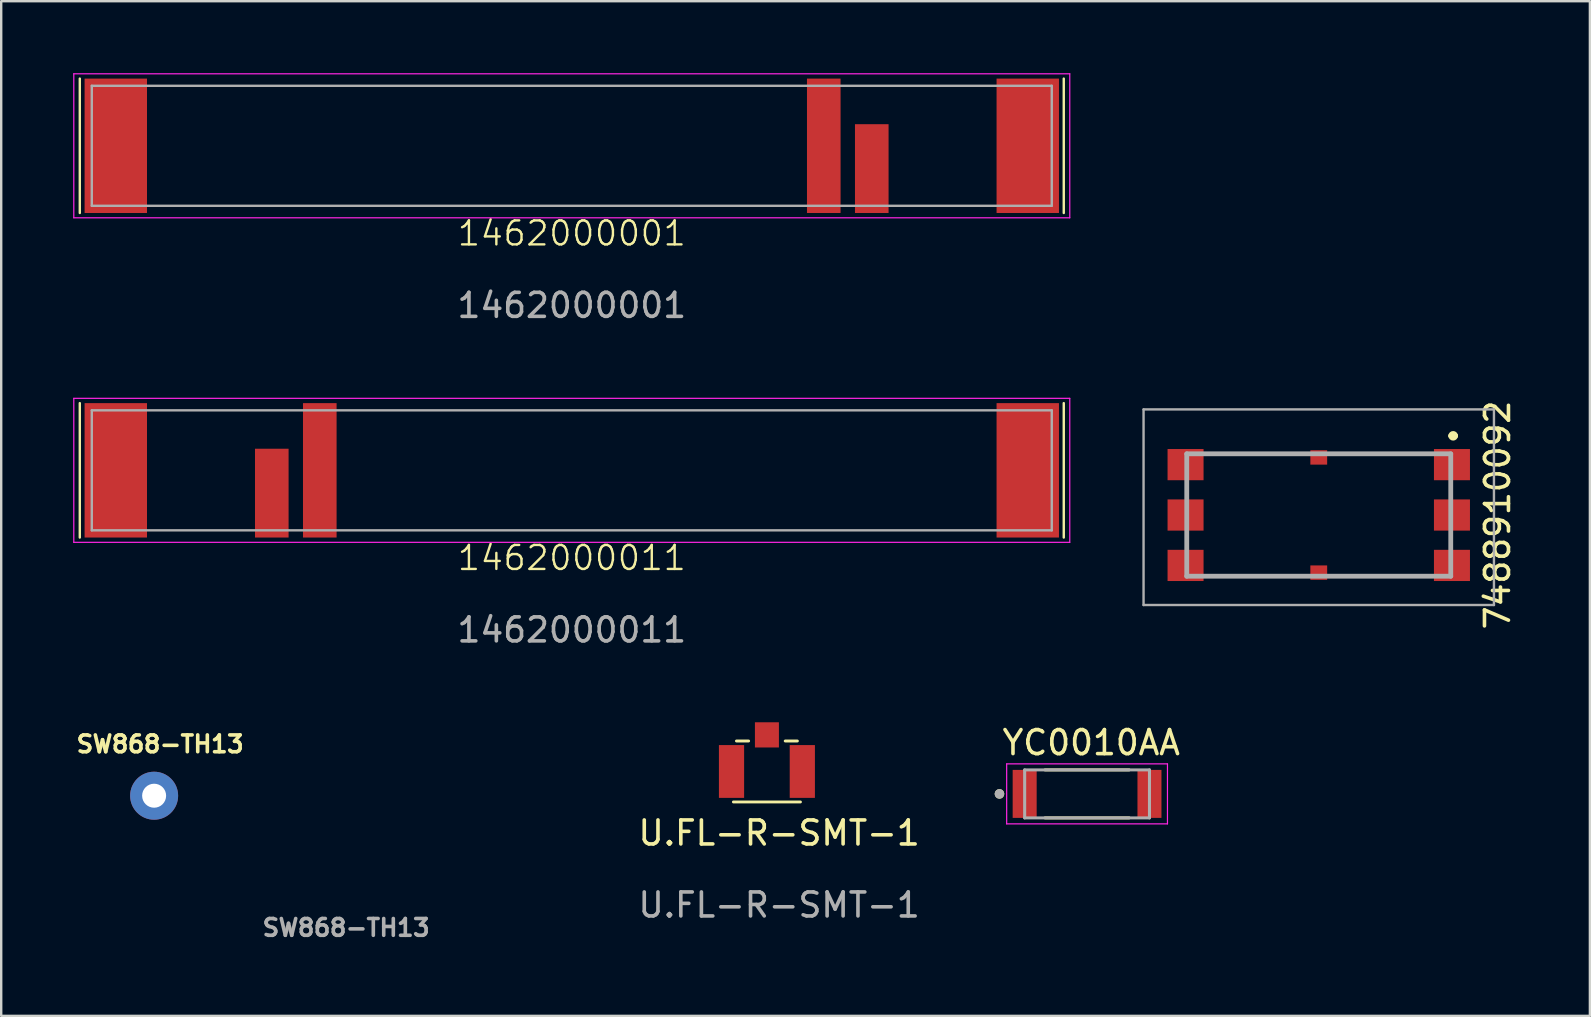
<source format=kicad_pcb>
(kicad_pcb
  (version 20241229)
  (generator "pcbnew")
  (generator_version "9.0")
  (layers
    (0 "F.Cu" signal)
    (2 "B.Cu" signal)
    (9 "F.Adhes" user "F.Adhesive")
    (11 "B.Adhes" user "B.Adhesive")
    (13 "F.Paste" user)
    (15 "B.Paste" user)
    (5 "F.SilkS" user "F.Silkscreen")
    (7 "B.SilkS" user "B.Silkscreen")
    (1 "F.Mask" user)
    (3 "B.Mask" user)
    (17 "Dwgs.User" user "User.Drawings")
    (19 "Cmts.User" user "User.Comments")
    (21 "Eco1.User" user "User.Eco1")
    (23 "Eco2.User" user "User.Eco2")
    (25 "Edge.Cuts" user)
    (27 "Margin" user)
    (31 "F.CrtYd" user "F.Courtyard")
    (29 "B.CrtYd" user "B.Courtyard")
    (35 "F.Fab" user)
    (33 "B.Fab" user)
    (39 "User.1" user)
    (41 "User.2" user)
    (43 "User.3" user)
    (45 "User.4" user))
  (footprint "1462000001"
    (layer "F.Cu")
    (at 20.775 3.025)
    (property "Reference" "1462000001" (at 0 3.65 0) (unlocked yes) (layer "F.SilkS") (effects (font (size 1 1) (thickness 0.1))))
    (attr smd)
    (fp_line (start -20.5 -2.8) (end -20.5 2.8) (stroke (width 0.1) (type default)) (layer "F.SilkS"))
    (fp_line (start 20.5 -2.8) (end 20.5 2.8) (stroke (width 0.1) (type default)) (layer "F.SilkS"))
    (fp_line (start -20.75 -3) (end -20.75 3) (stroke (width 0.05) (type default)) (layer "F.CrtYd"))
    (fp_line (start -20.75 -3) (end 20.75 -3) (stroke (width 0.05) (type default)) (layer "F.CrtYd"))
    (fp_line (start -20.75 3) (end 20.75 3) (stroke (width 0.05) (type default)) (layer "F.CrtYd"))
    (fp_line (start 20.75 -3) (end 20.75 3) (stroke (width 0.05) (type default)) (layer "F.CrtYd"))
    (fp_line (start -20 -2.5) (end -20 2.5) (stroke (width 0.1) (type default)) (layer "F.Fab"))
    (fp_line (start -20 2.5) (end 20 2.5) (stroke (width 0.1) (type default)) (layer "F.Fab"))
    (fp_line (start 20 -2.5) (end -20 -2.5) (stroke (width 0.1) (type default)) (layer "F.Fab"))
    (fp_line (start 20 2.5) (end 20 -2.5) (stroke (width 0.1) (type default)) (layer "F.Fab"))
    (fp_text user "${REFERENCE}" (at 0 6.65 0) (unlocked yes) (layer "F.Fab") (effects (font (size 1 1) (thickness 0.15))))
    (pad "1" smd rect (at 12.5 0.95) (size 1.4 3.7) (layers "F.Cu" "F.Mask" "F.Paste"))
    (pad "2" smd rect (at 10.5 0) (size 1.4 5.6) (layers "F.Cu" "F.Mask" "F.Paste"))
    (pad "MP" smd rect (at -19 0) (size 2.6 5.6) (layers "F.Cu" "F.Mask" "F.Paste"))
    (pad "MP" smd rect (at 19 0) (size 2.6 5.6) (layers "F.Cu" "F.Mask" "F.Paste")))
  (footprint "7488910092"
    (layer "F.Cu")
    (at 51.9 18.41)
    (property "Reference" "7488910092" (at 7.45 0 270) (layer "F.SilkS") (effects (font (size 1 1) (thickness 0.15))))
    (attr smd)
    (fp_line (start -4.5 -2.55) (end -0.6 -2.55) (stroke (width 0.1) (type solid)) (layer "F.SilkS"))
    (fp_line (start -4.5 2.55) (end -0.6 2.55) (stroke (width 0.1) (type solid)) (layer "F.SilkS"))
    (fp_line (start 0.6 -2.55) (end 4.5 -2.55) (stroke (width 0.1) (type solid)) (layer "F.SilkS"))
    (fp_line (start 0.6 2.55) (end 4.5 2.55) (stroke (width 0.1) (type solid)) (layer "F.SilkS"))
    (fp_line (start 5.5 -3.3) (end 5.5 -3.3) (stroke (width 0.2) (type solid)) (layer "F.SilkS"))
    (fp_line (start 5.7 -3.3) (end 5.7 -3.3) (stroke (width 0.2) (type solid)) (layer "F.SilkS"))
    (fp_arc (start 5.5 -3.3) (mid 5.6 -3.4) (end 5.7 -3.3) (stroke (width 0.2) (type solid)) (layer "F.SilkS"))
    (fp_arc (start 5.7 -3.3) (mid 5.6 -3.2) (end 5.5 -3.3) (stroke (width 0.2) (type solid)) (layer "F.SilkS"))
    (fp_line (start -7.3 -4.4) (end 7.3 -4.4) (stroke (width 0.1) (type solid)) (layer "F.Fab"))
    (fp_line (start -7.3 3.75) (end -7.3 -4.4) (stroke (width 0.1) (type solid)) (layer "F.Fab"))
    (fp_line (start -5.5 -2.55) (end 5.5 -2.55) (stroke (width 0.2) (type solid)) (layer "F.Fab"))
    (fp_line (start -5.5 2.55) (end -5.5 -2.55) (stroke (width 0.2) (type solid)) (layer "F.Fab"))
    (fp_line (start 5.5 -2.55) (end 5.5 2.55) (stroke (width 0.2) (type solid)) (layer "F.Fab"))
    (fp_line (start 5.5 2.55) (end -5.5 2.55) (stroke (width 0.2) (type solid)) (layer "F.Fab"))
    (fp_line (start 7.3 -4.4) (end 7.3 3.75) (stroke (width 0.1) (type solid)) (layer "F.Fab"))
    (fp_line (start 7.3 3.75) (end -7.3 3.75) (stroke (width 0.1) (type solid)) (layer "F.Fab"))
    (pad "1" smd rect (at 5.55 -2.1) (size 1.5 1.3) (layers "F.Cu" "F.Mask" "F.Paste"))
    (pad "2" smd rect (at 5.55 0) (size 1.5 1.3) (layers "F.Cu" "F.Mask" "F.Paste"))
    (pad "3" smd rect (at 5.55 2.1) (size 1.5 1.3) (layers "F.Cu" "F.Mask" "F.Paste"))
    (pad "4" smd rect (at 0 -2.4) (size 0.7 0.6) (layers "F.Cu" "F.Mask" "F.Paste"))
    (pad "5" smd rect (at 0 2.4) (size 0.7 0.6) (layers "F.Cu" "F.Mask" "F.Paste"))
    (pad "6" smd rect (at -5.55 -2.1) (size 1.5 1.3) (layers "F.Cu" "F.Mask" "F.Paste"))
    (pad "7" smd rect (at -5.55 0) (size 1.5 1.3) (layers "F.Cu" "F.Mask" "F.Paste"))
    (pad "8" smd rect (at -5.55 2.1) (size 1.5 1.3) (layers "F.Cu" "F.Mask" "F.Paste")))
  (footprint "YC0010AA"
    (layer "F.Cu")
    (at 42.246 30.03)
    (property "Reference" "YC0010AA" (at 0.175 -2.135 0) (layer "F.SilkS") (effects (font (size 1 1) (thickness 0.15))))
    (attr smd)
    (fp_line (start -1.75 -1) (end 1.75 -1) (stroke (width 0.127) (type solid)) (layer "F.SilkS"))
    (fp_line (start -1.75 1) (end 1.75 1) (stroke (width 0.127) (type solid)) (layer "F.SilkS"))
    (fp_circle (center -3.65 0) (end -3.55 0) (stroke (width 0.2) (type solid)) (fill no) (layer "F.SilkS"))
    (fp_line (start -3.35 -1.25) (end 3.35 -1.25) (stroke (width 0.05) (type solid)) (layer "F.CrtYd"))
    (fp_line (start -3.35 1.25) (end -3.35 -1.25) (stroke (width 0.05) (type solid)) (layer "F.CrtYd"))
    (fp_line (start 3.35 -1.25) (end 3.35 1.25) (stroke (width 0.05) (type solid)) (layer "F.CrtYd"))
    (fp_line (start 3.35 1.25) (end -3.35 1.25) (stroke (width 0.05) (type solid)) (layer "F.CrtYd"))
    (fp_line (start -2.6 -1) (end -2.6 1) (stroke (width 0.127) (type solid)) (layer "F.Fab"))
    (fp_line (start -2.6 1) (end 2.6 1) (stroke (width 0.127) (type solid)) (layer "F.Fab"))
    (fp_line (start 2.6 -1) (end -2.6 -1) (stroke (width 0.127) (type solid)) (layer "F.Fab"))
    (fp_line (start 2.6 1) (end 2.6 -1) (stroke (width 0.127) (type solid)) (layer "F.Fab"))
    (fp_circle (center -3.65 0) (end -3.55 0) (stroke (width 0.2) (type solid)) (fill no) (layer "F.Fab"))
    (pad "1" smd rect (at -2.6 0) (size 1 2) (layers "F.Cu" "F.Mask" "F.Paste"))
    (pad "2" smd rect (at 2.6 0) (size 1 2) (layers "F.Cu" "F.Mask" "F.Paste"))
    (zone (net_name "") (layer "F.Cu") (hatch full 0.508) (connect_pads) (min_thickness 0.01) (filled_areas_thickness no) (keepout (tracks not_allowed) (vias not_allowed) (pads not_allowed) (copperpour not_allowed) (footprints allowed)) (placement (enabled no)) (fill) (polygon (pts (xy 40.146 29.03) (xy 44.346 29.03) (xy 44.346 31.03) (xy 40.146 31.03))))
    (zone (net_name "") (layers "F.Cu" "B.Cu") (hatch full 0.508) (connect_pads) (min_thickness 0.01) (filled_areas_thickness no) (keepout (tracks allowed) (vias not_allowed) (pads allowed) (copperpour allowed) (footprints allowed)) (placement (enabled no)) (fill) (polygon (pts (xy 40.146 29.03) (xy 44.346 29.03) (xy 44.346 31.03) (xy 40.146 31.03)))))
  (footprint "U.FL-R-SMT-1"
    (layer "F.Cu")
    (at 28.906 29.096)
    (property "Reference" "U.FL-R-SMT-1" (at 0.508 2.564 0) (unlocked yes) (layer "F.SilkS") (effects (font (size 1 1) (thickness 0.15))))
    (attr smd)
    (fp_line (start -1.397 1.27) (end 1.397 1.27) (stroke (width 0.12) (type solid)) (layer "F.SilkS"))
    (fp_line (start -1.27 -1.27) (end -0.762 -1.27) (stroke (width 0.12) (type solid)) (layer "F.SilkS"))
    (fp_line (start 0.762 -1.27) (end 1.27 -1.27) (stroke (width 0.12) (type solid)) (layer "F.SilkS"))
    (fp_text user "${REFERENCE}" (at 0.508 5.564 0) (unlocked yes) (layer "F.Fab") (effects (font (size 1 1) (thickness 0.15))))
    (pad "1" smd rect (at -1.475 0) (size 1.05 2.2) (layers "F.Cu" "F.Mask" "F.Paste"))
    (pad "1" smd rect (at 1.475 0) (size 1.05 2.2) (layers "F.Cu" "F.Mask" "F.Paste"))
    (pad "2" smd rect (at 0 -1.525) (size 1 1.05) (layers "F.Cu" "F.Mask" "F.Paste")))
  (footprint "SW868-TH13"
    (layer "F.Cu")
    (at 11.372 33.106)
    (property "Reference" "SW868-TH13" (at -7.75 -5.15 0) (unlocked yes) (layer "F.SilkS") (effects (font (size 0.7 0.7) (thickness 0.15))))
    (attr through_hole)
    (fp_line (start -8 -6) (end 9 -6) (stroke (width 0.12) (type solid)) (layer "User.8"))
    (fp_line (start 9 -6) (end 9 0) (stroke (width 0.12) (type solid)) (layer "User.8"))
    (fp_line (start 9 0) (end -8 0) (stroke (width 0.12) (type solid)) (layer "User.8"))
    (fp_text user "${REFERENCE}" (at 0 2.5 0) (unlocked yes) (layer "F.Fab") (effects (font (size 0.7 0.7) (thickness 0.15))))
    (pad "1" thru_hole circle (at -8 -3) (size 2 2) (drill 1) (layers "*.Cu" "*.Mask")))
  (footprint "1462000011"
    (layer "F.Cu")
    (at 20.775 16.548)
    (property "Reference" "1462000011" (at 0 3.65 0) (unlocked yes) (layer "F.SilkS") (effects (font (size 1 1) (thickness 0.1))))
    (attr smd)
    (fp_line (start -20.5 -2.8) (end -20.5 2.8) (stroke (width 0.1) (type default)) (layer "F.SilkS"))
    (fp_line (start 20.5 -2.8) (end 20.5 2.8) (stroke (width 0.1) (type default)) (layer "F.SilkS"))
    (fp_line (start -20.75 -3) (end -20.75 3) (stroke (width 0.05) (type default)) (layer "F.CrtYd"))
    (fp_line (start -20.75 -3) (end 20.75 -3) (stroke (width 0.05) (type default)) (layer "F.CrtYd"))
    (fp_line (start -20.75 3) (end 20.75 3) (stroke (width 0.05) (type default)) (layer "F.CrtYd"))
    (fp_line (start 20.75 -3) (end 20.75 3) (stroke (width 0.05) (type default)) (layer "F.CrtYd"))
    (fp_line (start -20 -2.5) (end -20 2.5) (stroke (width 0.1) (type default)) (layer "F.Fab"))
    (fp_line (start -20 2.5) (end 20 2.5) (stroke (width 0.1) (type default)) (layer "F.Fab"))
    (fp_line (start 20 -2.5) (end -20 -2.5) (stroke (width 0.1) (type default)) (layer "F.Fab"))
    (fp_line (start 20 2.5) (end 20 -2.5) (stroke (width 0.1) (type default)) (layer "F.Fab"))
    (fp_text user "${REFERENCE}" (at 0 6.65 0) (unlocked yes) (layer "F.Fab") (effects (font (size 1 1) (thickness 0.15))))
    (pad "1" smd rect (at -12.5 0.95) (size 1.4 3.7) (layers "F.Cu" "F.Mask" "F.Paste"))
    (pad "2" smd rect (at -10.5 0) (size 1.4 5.6) (layers "F.Cu" "F.Mask" "F.Paste"))
    (pad "MP" smd rect (at -19 0) (size 2.6 5.6) (layers "F.Cu" "F.Mask" "F.Paste"))
    (pad "MP" smd rect (at 19 0) (size 2.6 5.6) (layers "F.Cu" "F.Mask" "F.Paste")))
  (gr_rect
    (start -3 -3)
    (end 63.198 39.279)
    (stroke (width 0.1) (type default))
    (fill no)
    (layer "Edge.Cuts")))
</source>
